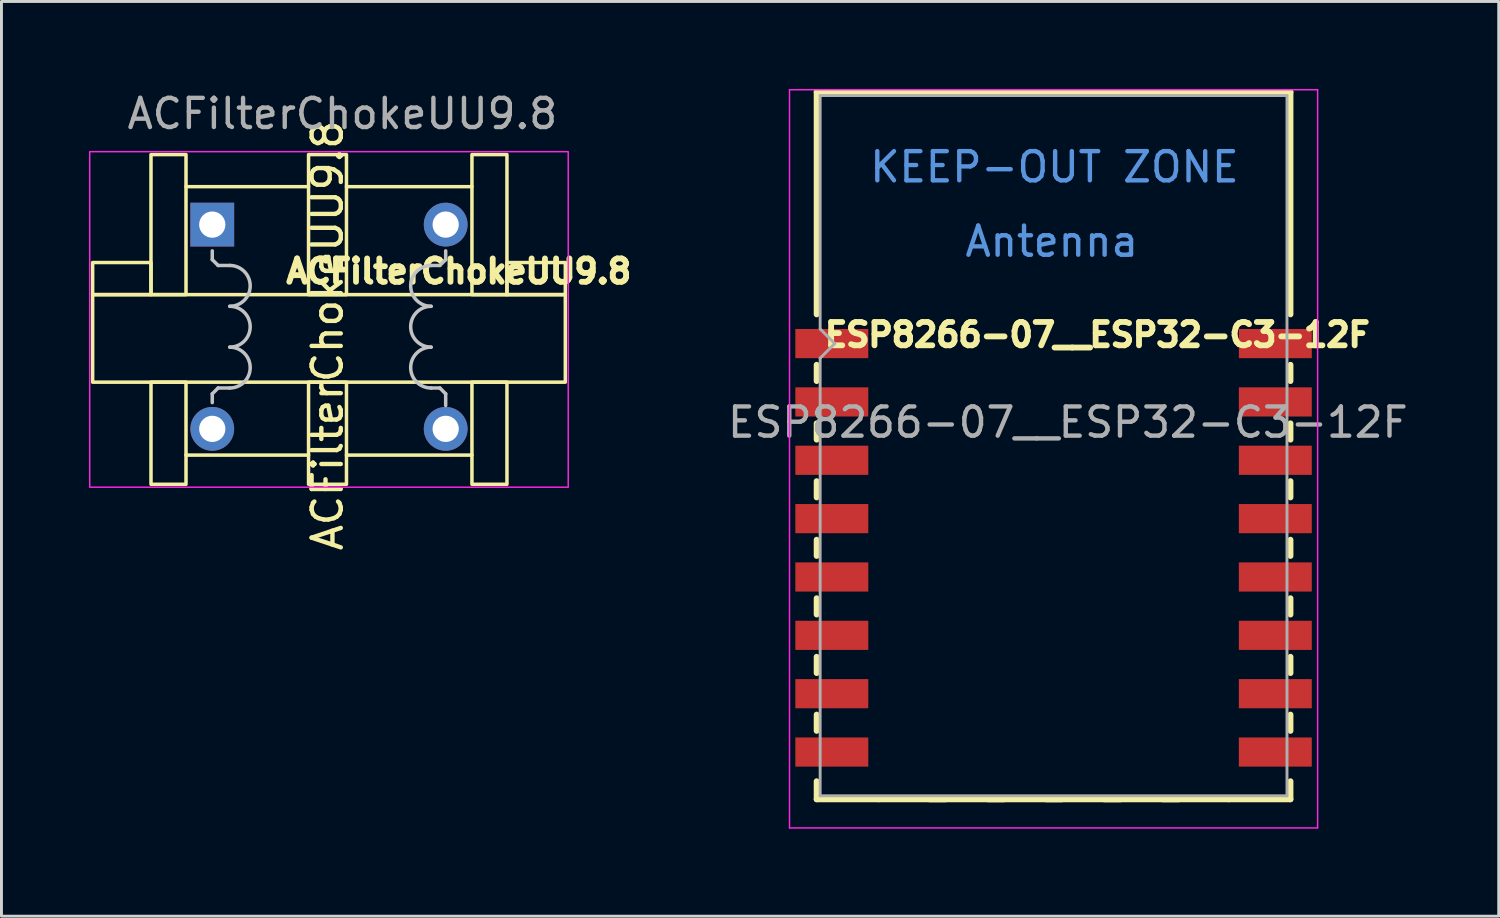
<source format=kicad_pcb>
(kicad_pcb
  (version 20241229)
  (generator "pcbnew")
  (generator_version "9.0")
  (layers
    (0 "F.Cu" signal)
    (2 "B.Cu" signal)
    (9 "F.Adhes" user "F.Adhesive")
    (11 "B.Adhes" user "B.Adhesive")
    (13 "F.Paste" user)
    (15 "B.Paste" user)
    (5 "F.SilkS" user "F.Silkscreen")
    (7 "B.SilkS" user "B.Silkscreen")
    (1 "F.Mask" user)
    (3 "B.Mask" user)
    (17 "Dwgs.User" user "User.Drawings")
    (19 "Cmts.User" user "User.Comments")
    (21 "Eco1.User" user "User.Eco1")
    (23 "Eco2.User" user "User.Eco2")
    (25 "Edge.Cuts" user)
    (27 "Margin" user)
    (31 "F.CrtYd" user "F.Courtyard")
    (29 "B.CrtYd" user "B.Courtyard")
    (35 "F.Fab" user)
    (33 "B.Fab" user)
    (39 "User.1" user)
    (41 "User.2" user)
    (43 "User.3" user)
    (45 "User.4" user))
  (footprint "ACFilterChokeUU9.8"
    (layer "F.Cu")
    (at 8.175 8.048)
    (property "Reference" "ACFilterChokeUU9.8" (at 4.5 -1.8 0) (unlocked yes) (layer "F.SilkS") (effects (font (size 0.8 0.8) (thickness 0.2))))
    (attr smd)
    (fp_line (start -4.85 -4.7) (end -0.65 -4.7) (stroke (width 0.12) (type solid)) (layer "F.SilkS"))
    (fp_line (start -4.85 4.5) (end -0.65 4.5) (stroke (width 0.12) (type solid)) (layer "F.SilkS"))
    (fp_line (start 0.65 -4.7) (end 4.95 -4.7) (stroke (width 0.12) (type solid)) (layer "F.SilkS"))
    (fp_line (start 0.65 4.5) (end 4.95 4.5) (stroke (width 0.12) (type solid)) (layer "F.SilkS"))
    (fp_rect (start -8.05 -1) (end -6.05 -2.1) (stroke (width 0.12) (type solid)) (fill no) (layer "F.SilkS"))
    (fp_rect (start -8.05 -1) (end 8.15 2) (stroke (width 0.12) (type solid)) (fill no) (layer "F.SilkS"))
    (fp_rect (start -6.05 -1) (end -4.85 -5.8) (stroke (width 0.12) (type solid)) (fill no) (layer "F.SilkS"))
    (fp_rect (start -6.05 2) (end -4.85 5.5) (stroke (width 0.12) (type solid)) (fill no) (layer "F.SilkS"))
    (fp_rect (start -0.65 -1) (end 0.65 -5.8) (stroke (width 0.12) (type solid)) (fill no) (layer "F.SilkS"))
    (fp_rect (start 0.65 5.5) (end -0.65 2) (stroke (width 0.12) (type solid)) (fill no) (layer "F.SilkS"))
    (fp_rect (start 4.95 -1) (end 6.15 -5.8) (stroke (width 0.12) (type solid)) (fill no) (layer "F.SilkS"))
    (fp_rect (start 6.15 -1) (end 8.15 -2.1) (stroke (width 0.12) (type solid)) (fill no) (layer "F.SilkS"))
    (fp_rect (start 6.15 5.5) (end 4.95 2) (stroke (width 0.12) (type solid)) (fill no) (layer "F.SilkS"))
    (fp_line (start -3.95 -2.5) (end -3.95 -2.2) (stroke (width 0.12) (type solid)) (layer "Dwgs.User"))
    (fp_line (start -3.95 -2.2) (end -3.75 -2) (stroke (width 0.12) (type solid)) (layer "Dwgs.User"))
    (fp_line (start -3.95 2.4) (end -3.95 2.7) (stroke (width 0.12) (type solid)) (layer "Dwgs.User"))
    (fp_line (start -3.75 -2) (end -3.35 -2) (stroke (width 0.12) (type solid)) (layer "Dwgs.User"))
    (fp_line (start -3.75 2.2) (end -3.95 2.4) (stroke (width 0.12) (type solid)) (layer "Dwgs.User"))
    (fp_line (start -3.35 2.2) (end -3.75 2.2) (stroke (width 0.12) (type solid)) (layer "Dwgs.User"))
    (fp_line (start 3.45 -2) (end 3.85 -2) (stroke (width 0.12) (type solid)) (layer "Dwgs.User"))
    (fp_line (start 3.85 -2) (end 4.05 -2.2) (stroke (width 0.12) (type solid)) (layer "Dwgs.User"))
    (fp_line (start 3.85 2.2) (end 3.55 2.2) (stroke (width 0.12) (type solid)) (layer "Dwgs.User"))
    (fp_line (start 4.05 -2.2) (end 4.05 -2.5) (stroke (width 0.12) (type solid)) (layer "Dwgs.User"))
    (fp_line (start 4.05 2.4) (end 3.85 2.2) (stroke (width 0.12) (type solid)) (layer "Dwgs.User"))
    (fp_line (start 4.05 2.8) (end 4.05 2.4) (stroke (width 0.12) (type solid)) (layer "Dwgs.User"))
    (fp_arc (start -3.35 -2) (mid -2.65 -1.3) (end -3.35 -0.6) (stroke (width 0.12) (type solid)) (layer "Dwgs.User"))
    (fp_arc (start -3.35 -0.6) (mid -2.65 0.1) (end -3.35 0.8) (stroke (width 0.12) (type solid)) (layer "Dwgs.User"))
    (fp_arc (start -3.35 0.8) (mid -2.65 1.5) (end -3.35 2.2) (stroke (width 0.12) (type solid)) (layer "Dwgs.User"))
    (fp_arc (start 3.55 -0.6) (mid 2.85 -1.3) (end 3.55 -2) (stroke (width 0.12) (type solid)) (layer "Dwgs.User"))
    (fp_arc (start 3.55 0.8) (mid 2.85 0.1) (end 3.55 -0.6) (stroke (width 0.12) (type solid)) (layer "Dwgs.User"))
    (fp_arc (start 3.55 2.2) (mid 2.85 1.5) (end 3.55 0.8) (stroke (width 0.12) (type solid)) (layer "Dwgs.User"))
    (fp_rect (start -8.15 -5.9) (end 8.25 5.6) (stroke (width 0.05) (type solid)) (fill no) (layer "F.CrtYd"))
    (fp_text user "${REFERENCE}" (at 0 0.4 90) (unlocked yes) (layer "F.SilkS") (effects (font (size 1 1) (thickness 0.15))))
    (fp_text user "${REFERENCE}" (at 0.51 -7.2 0) (unlocked yes) (layer "F.Fab") (effects (font (size 1 1) (thickness 0.15))))
    (pad "1" thru_hole trapezoid (at -3.95 -3.4) (size 1.5 1.5) (drill 0.9) (layers "*.Cu" "*.Mask"))
    (pad "2" thru_hole circle (at -3.95 3.6) (size 1.5 1.5) (drill 0.9) (layers "*.Cu" "*.Mask"))
    (pad "3" thru_hole circle (at 4.05 -3.4) (size 1.5 1.5) (drill 0.9) (layers "*.Cu" "*.Mask"))
    (pad "4" thru_hole circle (at 4.05 3.6) (size 1.5 1.5) (drill 0.9) (layers "*.Cu" "*.Mask")))
  (footprint "ESP8266-07__ESP32-C3-12F"
    (layer "F.Cu")
    (at 24.939 7.725)
    (property "Reference" "ESP8266-07__ESP32-C3-12F" (at 9.62 0.7 180) (layer "F.SilkS") (effects (font (size 0.8 0.8) (thickness 0.2))))
    (attr smd)
    (fp_line (start 0 -7.62) (end 16.24 -7.62) (stroke (width 0.2) (type solid)) (layer "F.SilkS"))
    (fp_line (start 0 0) (end 0 -7.62) (stroke (width 0.2) (type solid)) (layer "F.SilkS"))
    (fp_line (start 0 1.727) (end 0 2.286) (stroke (width 0.2) (type solid)) (layer "F.SilkS"))
    (fp_line (start 0 3.734) (end 0 4.293) (stroke (width 0.2) (type solid)) (layer "F.SilkS"))
    (fp_line (start 0 5.715) (end 0 6.274) (stroke (width 0.2) (type solid)) (layer "F.SilkS"))
    (fp_line (start 0 7.722) (end 0 8.28) (stroke (width 0.2) (type solid)) (layer "F.SilkS"))
    (fp_line (start 0 9.728) (end 0 10.287) (stroke (width 0.2) (type solid)) (layer "F.SilkS"))
    (fp_line (start 0 11.735) (end 0 12.294) (stroke (width 0.2) (type solid)) (layer "F.SilkS"))
    (fp_line (start 0 13.716) (end 0 14.275) (stroke (width 0.2) (type solid)) (layer "F.SilkS"))
    (fp_line (start 0 16.62) (end 0 16) (stroke (width 0.2) (type solid)) (layer "F.SilkS"))
    (fp_line (start 2.12 16.62) (end 0 16.62) (stroke (width 0.2) (type solid)) (layer "F.SilkS"))
    (fp_line (start 2.12 16.62) (end 14.12 16.62) (stroke (width 0.2) (type default)) (layer "F.SilkS"))
    (fp_line (start 3.861 16.62) (end 4.42 16.62) (stroke (width 0.2) (type solid)) (layer "F.SilkS"))
    (fp_line (start 5.867 16.62) (end 6.426 16.62) (stroke (width 0.2) (type solid)) (layer "F.SilkS"))
    (fp_line (start 7.849 16.62) (end 8.407 16.62) (stroke (width 0.2) (type solid)) (layer "F.SilkS"))
    (fp_line (start 9.853 16.62) (end 10.412 16.62) (stroke (width 0.2) (type solid)) (layer "F.SilkS"))
    (fp_line (start 11.859 16.62) (end 12.418 16.62) (stroke (width 0.2) (type solid)) (layer "F.SilkS"))
    (fp_line (start 16.24 -7.62) (end 16.24 0) (stroke (width 0.2) (type solid)) (layer "F.SilkS"))
    (fp_line (start 16.24 1.727) (end 16.24 2.286) (stroke (width 0.2) (type solid)) (layer "F.SilkS"))
    (fp_line (start 16.24 3.734) (end 16.24 4.293) (stroke (width 0.2) (type solid)) (layer "F.SilkS"))
    (fp_line (start 16.24 5.715) (end 16.24 6.274) (stroke (width 0.2) (type solid)) (layer "F.SilkS"))
    (fp_line (start 16.24 7.722) (end 16.24 8.28) (stroke (width 0.2) (type solid)) (layer "F.SilkS"))
    (fp_line (start 16.24 9.728) (end 16.24 10.287) (stroke (width 0.2) (type solid)) (layer "F.SilkS"))
    (fp_line (start 16.24 11.735) (end 16.24 12.294) (stroke (width 0.2) (type solid)) (layer "F.SilkS"))
    (fp_line (start 16.24 13.716) (end 16.24 14.275) (stroke (width 0.2) (type solid)) (layer "F.SilkS"))
    (fp_line (start 16.24 16) (end 16.24 16.62) (stroke (width 0.2) (type solid)) (layer "F.SilkS"))
    (fp_line (start 16.24 16.62) (end 14.12 16.62) (stroke (width 0.2) (type solid)) (layer "F.SilkS"))
    (fp_line (start -0.93 -7.7) (end 17.17 -7.7) (stroke (width 0.05) (type solid)) (layer "F.CrtYd"))
    (fp_line (start -0.93 17.6) (end -0.93 -7.7) (stroke (width 0.05) (type solid)) (layer "F.CrtYd"))
    (fp_line (start 17.17 -7.7) (end 17.17 17.6) (stroke (width 0.05) (type solid)) (layer "F.CrtYd"))
    (fp_line (start 17.17 17.6) (end -0.93 17.6) (stroke (width 0.05) (type solid)) (layer "F.CrtYd"))
    (fp_line (start 0.12 -7.5) (end 16.12 -7.5) (stroke (width 0.1) (type solid)) (layer "F.Fab"))
    (fp_line (start 0.12 0.5) (end 0.12 -7.5) (stroke (width 0.1) (type solid)) (layer "F.Fab"))
    (fp_line (start 0.12 1.5) (end 0.62 1) (stroke (width 0.1) (type solid)) (layer "F.Fab"))
    (fp_line (start 0.12 16.5) (end 0.12 1.5) (stroke (width 0.1) (type solid)) (layer "F.Fab"))
    (fp_line (start 0.62 1) (end 0.12 0.5) (stroke (width 0.1) (type solid)) (layer "F.Fab"))
    (fp_line (start 16.12 -7.5) (end 16.12 16.5) (stroke (width 0.1) (type solid)) (layer "F.Fab"))
    (fp_line (start 16.12 16.5) (end 0.12 16.5) (stroke (width 0.1) (type solid)) (layer "F.Fab"))
    (fp_text user "Antenna" (at 8.06 -2.5 180) (layer "Cmts.User") (effects (font (size 1 1) (thickness 0.15))))
    (fp_text user "KEEP-OUT ZONE" (at 8.15 -5.05 180) (layer "Cmts.User") (effects (font (size 1 1) (thickness 0.15))))
    (fp_text user "${REFERENCE}" (at 8.61 3.7 180) (layer "F.Fab") (effects (font (size 1 1) (thickness 0.15))))
    (pad "1" smd rect (at 0.52 1) (size 2.5 1) (layers "F.Cu" "F.Mask" "F.Paste"))
    (pad "2" smd rect (at 0.52 3) (size 2.5 1) (layers "F.Cu" "F.Mask" "F.Paste"))
    (pad "3" smd rect (at 0.52 5) (size 2.5 1) (layers "F.Cu" "F.Mask" "F.Paste"))
    (pad "4" smd rect (at 0.52 7) (size 2.5 1) (layers "F.Cu" "F.Mask" "F.Paste"))
    (pad "5" smd rect (at 0.52 9) (size 2.5 1) (layers "F.Cu" "F.Mask" "F.Paste"))
    (pad "6" smd rect (at 0.52 11) (size 2.5 1) (layers "F.Cu" "F.Mask" "F.Paste"))
    (pad "7" smd rect (at 0.52 13) (size 2.5 1) (layers "F.Cu" "F.Mask" "F.Paste"))
    (pad "8" smd rect (at 0.52 15) (size 2.5 1) (layers "F.Cu" "F.Mask" "F.Paste"))
    (pad "15" smd rect (at 15.72 15) (size 2.5 1) (layers "F.Cu" "F.Mask" "F.Paste"))
    (pad "16" smd rect (at 15.72 13) (size 2.5 1) (layers "F.Cu" "F.Mask" "F.Paste"))
    (pad "17" smd rect (at 15.72 11) (size 2.5 1) (layers "F.Cu" "F.Mask" "F.Paste"))
    (pad "18" smd rect (at 15.72 9) (size 2.5 1) (layers "F.Cu" "F.Mask" "F.Paste"))
    (pad "19" smd rect (at 15.72 7) (size 2.5 1) (layers "F.Cu" "F.Mask" "F.Paste"))
    (pad "20" smd rect (at 15.72 5) (size 2.5 1) (layers "F.Cu" "F.Mask" "F.Paste"))
    (pad "21" smd rect (at 15.72 3) (size 2.5 1) (layers "F.Cu" "F.Mask" "F.Paste"))
    (pad "22" smd rect (at 15.72 1) (size 2.5 1) (layers "F.Cu" "F.Mask" "F.Paste"))
    (zone (net_name "") (layers "F.Cu" "B.Cu") (hatch full 0.508) (connect_pads) (min_thickness 0.254) (filled_areas_thickness no) (keepout (tracks not_allowed) (vias not_allowed) (pads not_allowed) (copperpour not_allowed) (footprints not_allowed)) (placement (enabled no)) (fill) (polygon (pts (xy 24.939 7.445) (xy 41.179 7.445) (xy 41.179 0.125) (xy 24.939 0.125)))))
  (gr_rect
    (start -3 -3)
    (end 48.316 28.35)
    (stroke (width 0.1) (type default))
    (fill no)
    (layer "Edge.Cuts")))
</source>
